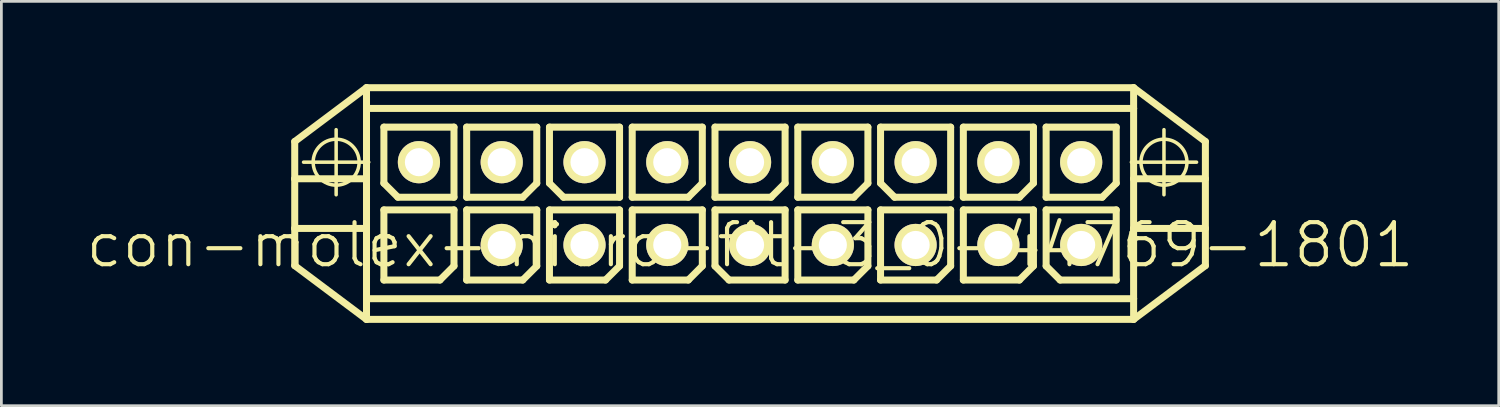
<source format=kicad_pcb>
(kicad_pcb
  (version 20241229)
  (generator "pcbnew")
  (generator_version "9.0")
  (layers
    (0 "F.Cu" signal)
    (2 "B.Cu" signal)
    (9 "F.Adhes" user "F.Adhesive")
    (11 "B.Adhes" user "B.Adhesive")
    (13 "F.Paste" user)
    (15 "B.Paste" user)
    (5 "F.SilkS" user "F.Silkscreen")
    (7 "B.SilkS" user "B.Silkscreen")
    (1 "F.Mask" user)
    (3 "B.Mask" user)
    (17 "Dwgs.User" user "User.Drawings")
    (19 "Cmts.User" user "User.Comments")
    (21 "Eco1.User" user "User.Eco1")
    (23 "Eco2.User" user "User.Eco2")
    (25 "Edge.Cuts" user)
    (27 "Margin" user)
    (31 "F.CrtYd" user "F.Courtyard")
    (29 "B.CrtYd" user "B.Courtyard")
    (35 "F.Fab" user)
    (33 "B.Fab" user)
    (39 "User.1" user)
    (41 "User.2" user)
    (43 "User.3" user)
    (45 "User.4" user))
  (footprint "con-molex-micro-fit-3_0-44769-1801"
    (layer "F.Cu")
    (at 24.13 5.827)
    (property "Reference" "con-molex-micro-fit-3_0-44769-1801" (at 0 0 0) (layer "F.SilkS") (effects (font (size 1.524 1.524) (thickness 0.15))))
    (attr exclude_from_pos_files exclude_from_bom)
    (fp_line (start -16.5 -3.749) (end -13.899 -5.7) (stroke (width 0.254) (type solid)) (layer "F.SilkS"))
    (fp_line (start -16.5 -2.398) (end -16.5 -3.749) (stroke (width 0.254) (type solid)) (layer "F.SilkS"))
    (fp_line (start -16.5 -2.398) (end -13.899 -2.398) (stroke (width 0.254) (type solid)) (layer "F.SilkS"))
    (fp_line (start -16.5 -0.599) (end -16.5 -2.398) (stroke (width 0.254) (type solid)) (layer "F.SilkS"))
    (fp_line (start -16.5 -0.599) (end -13.899 -0.599) (stroke (width 0.254) (type solid)) (layer "F.SilkS"))
    (fp_line (start -16.5 0.749) (end -16.5 -0.599) (stroke (width 0.254) (type solid)) (layer "F.SilkS"))
    (fp_line (start -16.18 -3) (end -13.818 -3) (stroke (width 0.127) (type solid)) (layer "F.SilkS"))
    (fp_line (start -14.999 -1.819) (end -14.999 -4.178) (stroke (width 0.127) (type solid)) (layer "F.SilkS"))
    (fp_line (start -13.899 -5.7) (end -13.899 -4.948) (stroke (width 0.254) (type solid)) (layer "F.SilkS"))
    (fp_line (start -13.899 -5.7) (end 13.899 -5.7) (stroke (width 0.254) (type solid)) (layer "F.SilkS"))
    (fp_line (start -13.899 -4.948) (end 13.899 -4.948) (stroke (width 0.254) (type solid)) (layer "F.SilkS"))
    (fp_line (start -13.899 -2.398) (end -13.899 -4.948) (stroke (width 0.254) (type solid)) (layer "F.SilkS"))
    (fp_line (start -13.899 -0.599) (end -13.899 -2.398) (stroke (width 0.254) (type solid)) (layer "F.SilkS"))
    (fp_line (start -13.899 -0.599) (end -13.899 1.948) (stroke (width 0.254) (type solid)) (layer "F.SilkS"))
    (fp_line (start -13.899 1.948) (end -13.899 2.697) (stroke (width 0.254) (type solid)) (layer "F.SilkS"))
    (fp_line (start -13.899 1.948) (end 13.899 1.948) (stroke (width 0.254) (type solid)) (layer "F.SilkS"))
    (fp_line (start -13.899 2.697) (end -16.5 0.749) (stroke (width 0.254) (type solid)) (layer "F.SilkS"))
    (fp_line (start -13.269 -4.27) (end -10.729 -4.27) (stroke (width 0.254) (type solid)) (layer "F.SilkS"))
    (fp_line (start -13.269 -2.238) (end -13.269 -4.27) (stroke (width 0.254) (type solid)) (layer "F.SilkS"))
    (fp_line (start -13.269 -1.27) (end -10.729 -1.27) (stroke (width 0.254) (type solid)) (layer "F.SilkS"))
    (fp_line (start -13.269 1.27) (end -13.269 -1.27) (stroke (width 0.254) (type solid)) (layer "F.SilkS"))
    (fp_line (start -12.761 -1.73) (end -13.269 -2.238) (stroke (width 0.254) (type solid)) (layer "F.SilkS"))
    (fp_line (start -11.237 1.27) (end -13.269 1.27) (stroke (width 0.254) (type solid)) (layer "F.SilkS"))
    (fp_line (start -10.729 -4.27) (end -10.729 -1.73) (stroke (width 0.254) (type solid)) (layer "F.SilkS"))
    (fp_line (start -10.729 -1.73) (end -12.761 -1.73) (stroke (width 0.254) (type solid)) (layer "F.SilkS"))
    (fp_line (start -10.729 -1.27) (end -10.729 0.762) (stroke (width 0.254) (type solid)) (layer "F.SilkS"))
    (fp_line (start -10.729 0.762) (end -11.237 1.27) (stroke (width 0.254) (type solid)) (layer "F.SilkS"))
    (fp_line (start -10.269 -4.27) (end -7.729 -4.27) (stroke (width 0.254) (type solid)) (layer "F.SilkS"))
    (fp_line (start -10.269 -1.73) (end -10.269 -4.27) (stroke (width 0.254) (type solid)) (layer "F.SilkS"))
    (fp_line (start -10.269 -1.27) (end -7.729 -1.27) (stroke (width 0.254) (type solid)) (layer "F.SilkS"))
    (fp_line (start -10.269 1.27) (end -10.269 -1.27) (stroke (width 0.254) (type solid)) (layer "F.SilkS"))
    (fp_line (start -8.237 -1.73) (end -10.269 -1.73) (stroke (width 0.254) (type solid)) (layer "F.SilkS"))
    (fp_line (start -8.237 1.27) (end -10.269 1.27) (stroke (width 0.254) (type solid)) (layer "F.SilkS"))
    (fp_line (start -7.729 -4.27) (end -7.729 -2.238) (stroke (width 0.254) (type solid)) (layer "F.SilkS"))
    (fp_line (start -7.729 -2.238) (end -8.237 -1.73) (stroke (width 0.254) (type solid)) (layer "F.SilkS"))
    (fp_line (start -7.729 -1.27) (end -7.729 0.762) (stroke (width 0.254) (type solid)) (layer "F.SilkS"))
    (fp_line (start -7.729 0.762) (end -8.237 1.27) (stroke (width 0.254) (type solid)) (layer "F.SilkS"))
    (fp_line (start -7.269 -4.27) (end -4.729 -4.27) (stroke (width 0.254) (type solid)) (layer "F.SilkS"))
    (fp_line (start -7.269 -2.238) (end -7.269 -4.27) (stroke (width 0.254) (type solid)) (layer "F.SilkS"))
    (fp_line (start -7.269 -1.27) (end -4.729 -1.27) (stroke (width 0.254) (type solid)) (layer "F.SilkS"))
    (fp_line (start -7.269 1.27) (end -7.269 -1.27) (stroke (width 0.254) (type solid)) (layer "F.SilkS"))
    (fp_line (start -6.761 -1.73) (end -7.269 -2.238) (stroke (width 0.254) (type solid)) (layer "F.SilkS"))
    (fp_line (start -5.237 1.27) (end -7.269 1.27) (stroke (width 0.254) (type solid)) (layer "F.SilkS"))
    (fp_line (start -4.729 -4.27) (end -4.729 -1.73) (stroke (width 0.254) (type solid)) (layer "F.SilkS"))
    (fp_line (start -4.729 -1.73) (end -6.761 -1.73) (stroke (width 0.254) (type solid)) (layer "F.SilkS"))
    (fp_line (start -4.729 -1.27) (end -4.729 0.762) (stroke (width 0.254) (type solid)) (layer "F.SilkS"))
    (fp_line (start -4.729 0.762) (end -5.237 1.27) (stroke (width 0.254) (type solid)) (layer "F.SilkS"))
    (fp_line (start -4.27 -4.27) (end -1.73 -4.27) (stroke (width 0.254) (type solid)) (layer "F.SilkS"))
    (fp_line (start -4.27 -1.73) (end -4.27 -4.27) (stroke (width 0.254) (type solid)) (layer "F.SilkS"))
    (fp_line (start -4.27 -1.27) (end -1.73 -1.27) (stroke (width 0.254) (type solid)) (layer "F.SilkS"))
    (fp_line (start -4.27 1.27) (end -4.27 -1.27) (stroke (width 0.254) (type solid)) (layer "F.SilkS"))
    (fp_line (start -2.238 -1.73) (end -4.27 -1.73) (stroke (width 0.254) (type solid)) (layer "F.SilkS"))
    (fp_line (start -2.238 1.27) (end -4.27 1.27) (stroke (width 0.254) (type solid)) (layer "F.SilkS"))
    (fp_line (start -1.73 -4.27) (end -1.73 -2.238) (stroke (width 0.254) (type solid)) (layer "F.SilkS"))
    (fp_line (start -1.73 -2.238) (end -2.238 -1.73) (stroke (width 0.254) (type solid)) (layer "F.SilkS"))
    (fp_line (start -1.73 -1.27) (end -1.73 0.762) (stroke (width 0.254) (type solid)) (layer "F.SilkS"))
    (fp_line (start -1.73 0.762) (end -2.238 1.27) (stroke (width 0.254) (type solid)) (layer "F.SilkS"))
    (fp_line (start -1.27 -4.27) (end 1.27 -4.27) (stroke (width 0.254) (type solid)) (layer "F.SilkS"))
    (fp_line (start -1.27 -1.73) (end -1.27 -4.27) (stroke (width 0.254) (type solid)) (layer "F.SilkS"))
    (fp_line (start -1.27 -1.27) (end 1.27 -1.27) (stroke (width 0.254) (type solid)) (layer "F.SilkS"))
    (fp_line (start -1.27 0.762) (end -1.27 -1.27) (stroke (width 0.254) (type solid)) (layer "F.SilkS"))
    (fp_line (start -0.762 1.27) (end -1.27 0.762) (stroke (width 0.254) (type solid)) (layer "F.SilkS"))
    (fp_line (start 0.762 -1.73) (end -1.27 -1.73) (stroke (width 0.254) (type solid)) (layer "F.SilkS"))
    (fp_line (start 1.27 -4.27) (end 1.27 -2.238) (stroke (width 0.254) (type solid)) (layer "F.SilkS"))
    (fp_line (start 1.27 -2.238) (end 0.762 -1.73) (stroke (width 0.254) (type solid)) (layer "F.SilkS"))
    (fp_line (start 1.27 -1.27) (end 1.27 1.27) (stroke (width 0.254) (type solid)) (layer "F.SilkS"))
    (fp_line (start 1.27 1.27) (end -0.762 1.27) (stroke (width 0.254) (type solid)) (layer "F.SilkS"))
    (fp_line (start 1.73 -4.27) (end 4.27 -4.27) (stroke (width 0.254) (type solid)) (layer "F.SilkS"))
    (fp_line (start 1.73 -1.73) (end 1.73 -4.27) (stroke (width 0.254) (type solid)) (layer "F.SilkS"))
    (fp_line (start 1.73 -1.27) (end 4.27 -1.27) (stroke (width 0.254) (type solid)) (layer "F.SilkS"))
    (fp_line (start 1.73 1.27) (end 1.73 -1.27) (stroke (width 0.254) (type solid)) (layer "F.SilkS"))
    (fp_line (start 3.762 -1.73) (end 1.73 -1.73) (stroke (width 0.254) (type solid)) (layer "F.SilkS"))
    (fp_line (start 3.762 1.27) (end 1.73 1.27) (stroke (width 0.254) (type solid)) (layer "F.SilkS"))
    (fp_line (start 4.27 -4.27) (end 4.27 -2.238) (stroke (width 0.254) (type solid)) (layer "F.SilkS"))
    (fp_line (start 4.27 -2.238) (end 3.762 -1.73) (stroke (width 0.254) (type solid)) (layer "F.SilkS"))
    (fp_line (start 4.27 -1.27) (end 4.27 0.762) (stroke (width 0.254) (type solid)) (layer "F.SilkS"))
    (fp_line (start 4.27 0.762) (end 3.762 1.27) (stroke (width 0.254) (type solid)) (layer "F.SilkS"))
    (fp_line (start 4.729 -4.27) (end 7.269 -4.27) (stroke (width 0.254) (type solid)) (layer "F.SilkS"))
    (fp_line (start 4.729 -2.238) (end 4.729 -4.27) (stroke (width 0.254) (type solid)) (layer "F.SilkS"))
    (fp_line (start 4.729 -1.27) (end 7.269 -1.27) (stroke (width 0.254) (type solid)) (layer "F.SilkS"))
    (fp_line (start 4.729 1.27) (end 4.729 -1.27) (stroke (width 0.254) (type solid)) (layer "F.SilkS"))
    (fp_line (start 5.237 -1.73) (end 4.729 -2.238) (stroke (width 0.254) (type solid)) (layer "F.SilkS"))
    (fp_line (start 6.761 1.27) (end 4.729 1.27) (stroke (width 0.254) (type solid)) (layer "F.SilkS"))
    (fp_line (start 7.269 -4.27) (end 7.269 -1.73) (stroke (width 0.254) (type solid)) (layer "F.SilkS"))
    (fp_line (start 7.269 -1.73) (end 5.237 -1.73) (stroke (width 0.254) (type solid)) (layer "F.SilkS"))
    (fp_line (start 7.269 -1.27) (end 7.269 0.762) (stroke (width 0.254) (type solid)) (layer "F.SilkS"))
    (fp_line (start 7.269 0.762) (end 6.761 1.27) (stroke (width 0.254) (type solid)) (layer "F.SilkS"))
    (fp_line (start 7.729 -4.27) (end 10.269 -4.27) (stroke (width 0.254) (type solid)) (layer "F.SilkS"))
    (fp_line (start 7.729 -1.73) (end 7.729 -4.27) (stroke (width 0.254) (type solid)) (layer "F.SilkS"))
    (fp_line (start 7.729 -1.27) (end 10.269 -1.27) (stroke (width 0.254) (type solid)) (layer "F.SilkS"))
    (fp_line (start 7.729 1.27) (end 7.729 -1.27) (stroke (width 0.254) (type solid)) (layer "F.SilkS"))
    (fp_line (start 9.761 -1.73) (end 7.729 -1.73) (stroke (width 0.254) (type solid)) (layer "F.SilkS"))
    (fp_line (start 9.761 1.27) (end 7.729 1.27) (stroke (width 0.254) (type solid)) (layer "F.SilkS"))
    (fp_line (start 10.269 -4.27) (end 10.269 -2.238) (stroke (width 0.254) (type solid)) (layer "F.SilkS"))
    (fp_line (start 10.269 -2.238) (end 9.761 -1.73) (stroke (width 0.254) (type solid)) (layer "F.SilkS"))
    (fp_line (start 10.269 -1.27) (end 10.269 0.762) (stroke (width 0.254) (type solid)) (layer "F.SilkS"))
    (fp_line (start 10.269 0.762) (end 9.761 1.27) (stroke (width 0.254) (type solid)) (layer "F.SilkS"))
    (fp_line (start 10.729 -4.27) (end 13.269 -4.27) (stroke (width 0.254) (type solid)) (layer "F.SilkS"))
    (fp_line (start 10.729 -1.73) (end 10.729 -4.27) (stroke (width 0.254) (type solid)) (layer "F.SilkS"))
    (fp_line (start 10.729 -1.27) (end 13.269 -1.27) (stroke (width 0.254) (type solid)) (layer "F.SilkS"))
    (fp_line (start 10.729 0.762) (end 10.729 -1.27) (stroke (width 0.254) (type solid)) (layer "F.SilkS"))
    (fp_line (start 11.237 1.27) (end 10.729 0.762) (stroke (width 0.254) (type solid)) (layer "F.SilkS"))
    (fp_line (start 12.761 -1.73) (end 10.729 -1.73) (stroke (width 0.254) (type solid)) (layer "F.SilkS"))
    (fp_line (start 13.269 -4.27) (end 13.269 -2.238) (stroke (width 0.254) (type solid)) (layer "F.SilkS"))
    (fp_line (start 13.269 -2.238) (end 12.761 -1.73) (stroke (width 0.254) (type solid)) (layer "F.SilkS"))
    (fp_line (start 13.269 -1.27) (end 13.269 1.27) (stroke (width 0.254) (type solid)) (layer "F.SilkS"))
    (fp_line (start 13.269 1.27) (end 11.237 1.27) (stroke (width 0.254) (type solid)) (layer "F.SilkS"))
    (fp_line (start 13.818 -3) (end 16.18 -3) (stroke (width 0.127) (type solid)) (layer "F.SilkS"))
    (fp_line (start 13.899 -5.7) (end 13.899 -4.948) (stroke (width 0.254) (type solid)) (layer "F.SilkS"))
    (fp_line (start 13.899 -5.7) (end 16.5 -3.749) (stroke (width 0.254) (type solid)) (layer "F.SilkS"))
    (fp_line (start 13.899 -4.948) (end 13.899 -2.398) (stroke (width 0.254) (type solid)) (layer "F.SilkS"))
    (fp_line (start 13.899 -2.398) (end 13.899 -0.599) (stroke (width 0.254) (type solid)) (layer "F.SilkS"))
    (fp_line (start 13.899 -2.398) (end 16.5 -2.398) (stroke (width 0.254) (type solid)) (layer "F.SilkS"))
    (fp_line (start 13.899 -0.599) (end 13.899 1.948) (stroke (width 0.254) (type solid)) (layer "F.SilkS"))
    (fp_line (start 13.899 -0.599) (end 16.5 -0.599) (stroke (width 0.254) (type solid)) (layer "F.SilkS"))
    (fp_line (start 13.899 1.948) (end 13.899 2.697) (stroke (width 0.254) (type solid)) (layer "F.SilkS"))
    (fp_line (start 13.899 2.697) (end -13.899 2.697) (stroke (width 0.254) (type solid)) (layer "F.SilkS"))
    (fp_line (start 14.999 -1.819) (end 14.999 -4.178) (stroke (width 0.127) (type solid)) (layer "F.SilkS"))
    (fp_line (start 16.5 -3.749) (end 16.5 -2.398) (stroke (width 0.254) (type solid)) (layer "F.SilkS"))
    (fp_line (start 16.5 -2.398) (end 16.5 -0.599) (stroke (width 0.254) (type solid)) (layer "F.SilkS"))
    (fp_line (start 16.5 -0.599) (end 16.5 0.749) (stroke (width 0.254) (type solid)) (layer "F.SilkS"))
    (fp_line (start 16.5 0.749) (end 13.899 2.697) (stroke (width 0.254) (type solid)) (layer "F.SilkS"))
    (fp_circle (center -14.999 -3) (end -15.588 -3.589) (stroke (width 0.127) (type solid)) (fill no) (layer "F.SilkS"))
    (fp_circle (center 14.999 -3) (end 15.588 -3.589) (stroke (width 0.127) (type solid)) (fill no) (layer "F.SilkS"))
    (pad "P$1" thru_hole rect (at -11.999 0) (size 0.001 0.001) (drill 1.019) (layers "*.Cu" "F.Mask" "F.SilkS" "F.Paste"))
    (pad "P$2" thru_hole circle (at -8.999 0) (size 1.529 1.529) (drill 1.019) (layers "*.Cu" "F.Mask" "F.SilkS" "F.Paste"))
    (pad "P$3" thru_hole circle (at -5.999 0) (size 1.529 1.529) (drill 1.019) (layers "*.Cu" "F.Mask" "F.SilkS" "F.Paste"))
    (pad "P$4" thru_hole circle (at -3 0) (size 1.529 1.529) (drill 1.019) (layers "*.Cu" "F.Mask" "F.SilkS" "F.Paste"))
    (pad "P$5" thru_hole circle (at 0 0) (size 1.529 1.529) (drill 1.019) (layers "*.Cu" "F.Mask" "F.SilkS" "F.Paste"))
    (pad "P$6" thru_hole circle (at 3 0) (size 1.529 1.529) (drill 1.019) (layers "*.Cu" "F.Mask" "F.SilkS" "F.Paste"))
    (pad "P$7" thru_hole circle (at 5.999 0) (size 1.529 1.529) (drill 1.019) (layers "*.Cu" "F.Mask" "F.SilkS" "F.Paste"))
    (pad "P$8" thru_hole circle (at 8.999 0) (size 1.529 1.529) (drill 1.019) (layers "*.Cu" "F.Mask" "F.SilkS" "F.Paste"))
    (pad "P$9" thru_hole circle (at 11.999 0) (size 1.529 1.529) (drill 1.019) (layers "*.Cu" "F.Mask" "F.SilkS" "F.Paste"))
    (pad "P$10" thru_hole circle (at -11.999 -3) (size 1.529 1.529) (drill 1.019) (layers "*.Cu" "F.Mask" "F.SilkS" "F.Paste"))
    (pad "P$11" thru_hole circle (at -8.999 -3) (size 1.529 1.529) (drill 1.019) (layers "*.Cu" "F.Mask" "F.SilkS" "F.Paste"))
    (pad "P$12" thru_hole circle (at -5.999 -3) (size 1.529 1.529) (drill 1.019) (layers "*.Cu" "F.Mask" "F.SilkS" "F.Paste"))
    (pad "P$13" thru_hole circle (at -3 -3) (size 1.529 1.529) (drill 1.019) (layers "*.Cu" "F.Mask" "F.SilkS" "F.Paste"))
    (pad "P$14" thru_hole circle (at 0 -3) (size 1.529 1.529) (drill 1.019) (layers "*.Cu" "F.Mask" "F.SilkS" "F.Paste"))
    (pad "P$15" thru_hole circle (at 3 -3) (size 1.529 1.529) (drill 1.019) (layers "*.Cu" "F.Mask" "F.SilkS" "F.Paste"))
    (pad "P$16" thru_hole circle (at 5.999 -3) (size 1.529 1.529) (drill 1.019) (layers "*.Cu" "F.Mask" "F.SilkS" "F.Paste"))
    (pad "P$17" thru_hole circle (at 8.999 -3) (size 1.529 1.529) (drill 1.019) (layers "*.Cu" "F.Mask" "F.SilkS" "F.Paste"))
    (pad "P$18" thru_hole circle (at 11.999 -3) (size 1.529 1.529) (drill 1.019) (layers "*.Cu" "F.Mask" "F.SilkS" "F.Paste")))
  (gr_rect
    (start -3 -3)
    (end 51.26 11.651)
    (stroke (width 0.1) (type default))
    (fill no)
    (layer "Edge.Cuts")))
</source>
